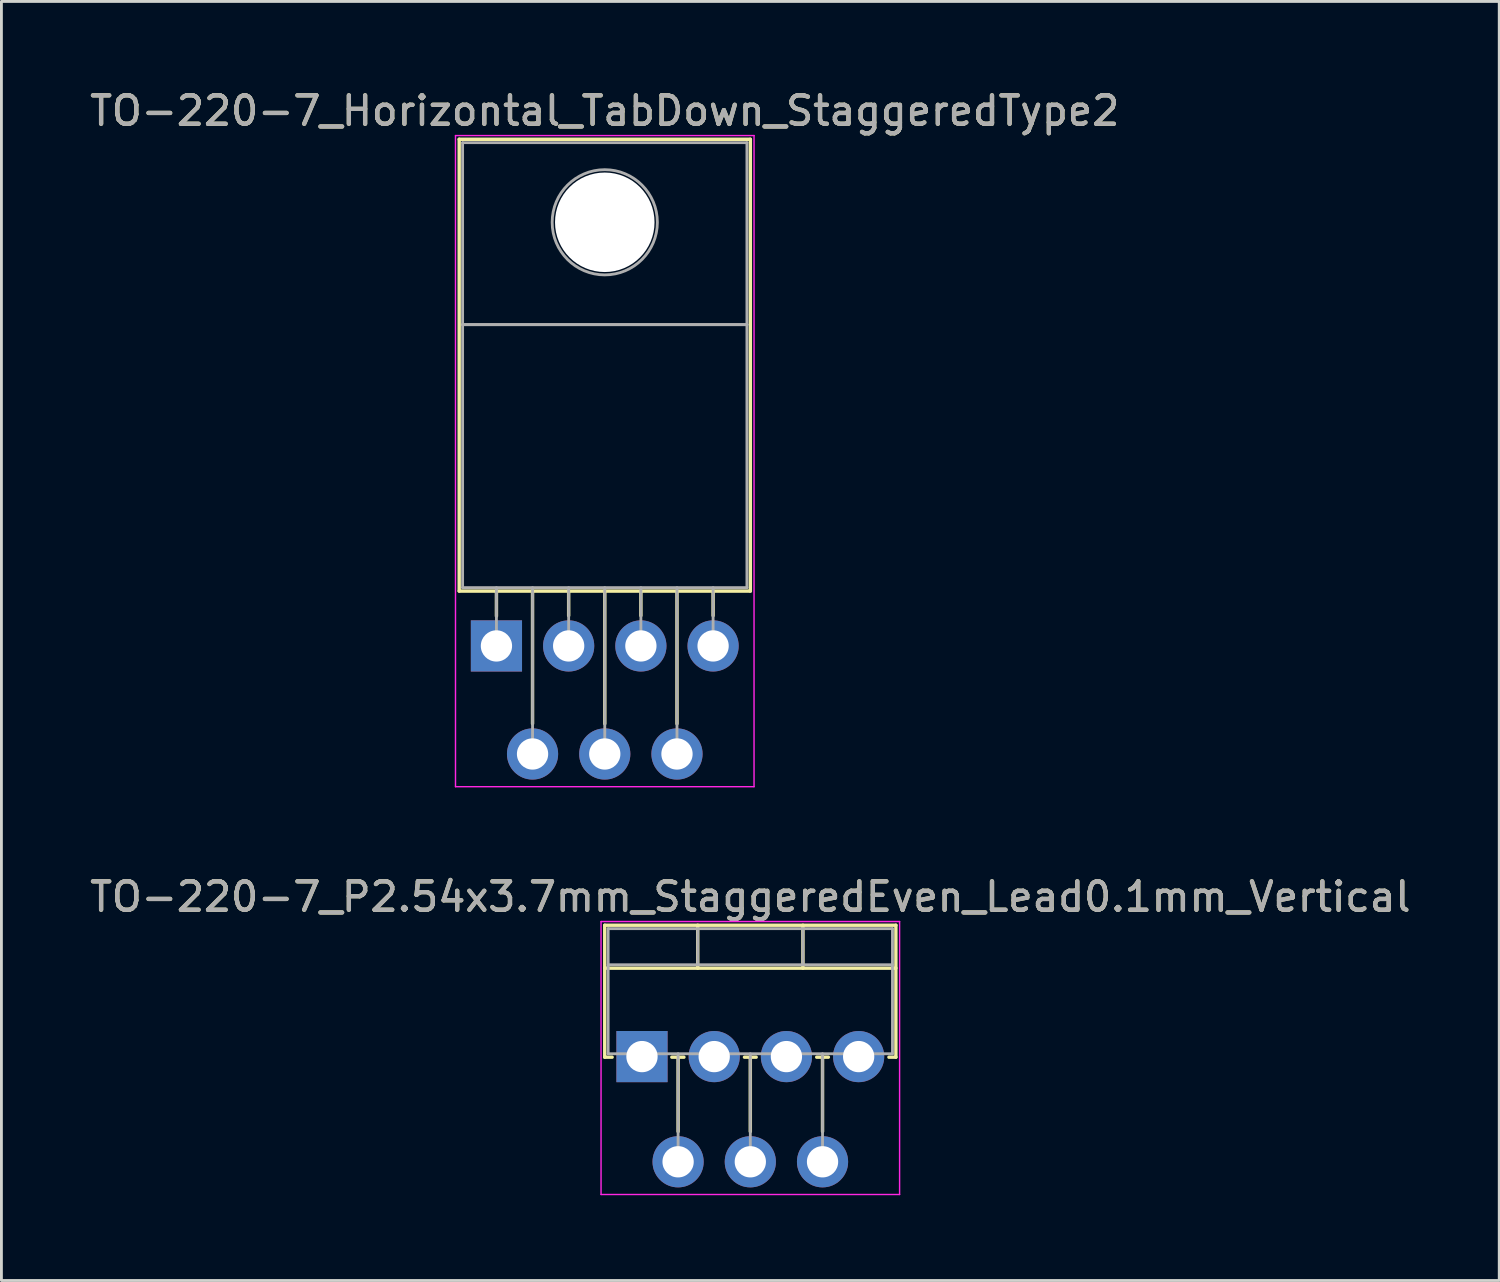
<source format=kicad_pcb>
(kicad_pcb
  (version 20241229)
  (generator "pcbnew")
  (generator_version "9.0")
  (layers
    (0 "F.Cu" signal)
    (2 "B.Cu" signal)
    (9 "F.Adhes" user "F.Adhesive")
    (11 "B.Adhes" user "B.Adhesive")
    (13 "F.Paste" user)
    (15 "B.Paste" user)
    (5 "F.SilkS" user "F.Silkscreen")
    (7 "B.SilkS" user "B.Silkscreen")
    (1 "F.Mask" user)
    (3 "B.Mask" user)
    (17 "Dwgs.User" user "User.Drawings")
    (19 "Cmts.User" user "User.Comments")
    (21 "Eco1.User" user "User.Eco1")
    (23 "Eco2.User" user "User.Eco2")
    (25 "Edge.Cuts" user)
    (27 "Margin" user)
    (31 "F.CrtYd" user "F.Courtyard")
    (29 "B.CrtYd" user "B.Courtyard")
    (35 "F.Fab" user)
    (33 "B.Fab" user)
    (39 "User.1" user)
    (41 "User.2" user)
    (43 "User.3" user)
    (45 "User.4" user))
  (footprint "TO-220-7_Horizontal_TabDown_StaggeredType2"
    (layer "F.Cu")
    (at 14.41 19.668)
    (property "Reference" "TO-220-7_Horizontal_TabDown_StaggeredType2" (at 3.81 -18.82 0) (layer "F.SilkS") (effects (font (size 1 1) (thickness 0.15))))
    (attr through_hole)
    (fp_line (start -1.31 -17.82) (end -1.31 -1.93) (stroke (width 0.12) (type solid)) (layer "F.SilkS"))
    (fp_line (start -1.31 -17.82) (end 8.93 -17.82) (stroke (width 0.12) (type solid)) (layer "F.SilkS"))
    (fp_line (start -1.31 -1.93) (end 8.93 -1.93) (stroke (width 0.12) (type solid)) (layer "F.SilkS"))
    (fp_line (start 0 -1.93) (end 0 -1.05) (stroke (width 0.12) (type solid)) (layer "F.SilkS"))
    (fp_line (start 1.27 -1.93) (end 1.27 2.735) (stroke (width 0.12) (type solid)) (layer "F.SilkS"))
    (fp_line (start 2.54 -1.93) (end 2.54 -1.066) (stroke (width 0.12) (type solid)) (layer "F.SilkS"))
    (fp_line (start 3.81 -1.93) (end 3.81 2.735) (stroke (width 0.12) (type solid)) (layer "F.SilkS"))
    (fp_line (start 5.08 -1.93) (end 5.08 -1.066) (stroke (width 0.12) (type solid)) (layer "F.SilkS"))
    (fp_line (start 6.35 -1.93) (end 6.35 2.735) (stroke (width 0.12) (type solid)) (layer "F.SilkS"))
    (fp_line (start 7.62 -1.93) (end 7.62 -1.066) (stroke (width 0.12) (type solid)) (layer "F.SilkS"))
    (fp_line (start 8.93 -17.82) (end 8.93 -1.93) (stroke (width 0.12) (type solid)) (layer "F.SilkS"))
    (fp_line (start -1.44 -17.95) (end -1.44 4.95) (stroke (width 0.05) (type solid)) (layer "F.CrtYd"))
    (fp_line (start -1.44 4.95) (end 9.06 4.95) (stroke (width 0.05) (type solid)) (layer "F.CrtYd"))
    (fp_line (start 9.06 -17.95) (end -1.44 -17.95) (stroke (width 0.05) (type solid)) (layer "F.CrtYd"))
    (fp_line (start 9.06 4.95) (end 9.06 -17.95) (stroke (width 0.05) (type solid)) (layer "F.CrtYd"))
    (fp_line (start -1.19 -17.7) (end 8.81 -17.7) (stroke (width 0.1) (type solid)) (layer "F.Fab"))
    (fp_line (start -1.19 -11.3) (end -1.19 -17.7) (stroke (width 0.1) (type solid)) (layer "F.Fab"))
    (fp_line (start -1.19 -11.3) (end 8.81 -11.3) (stroke (width 0.1) (type solid)) (layer "F.Fab"))
    (fp_line (start -1.19 -2.05) (end -1.19 -11.3) (stroke (width 0.1) (type solid)) (layer "F.Fab"))
    (fp_line (start 0 -2.05) (end 0 0) (stroke (width 0.1) (type solid)) (layer "F.Fab"))
    (fp_line (start 1.27 -2.05) (end 1.27 3.8) (stroke (width 0.1) (type solid)) (layer "F.Fab"))
    (fp_line (start 2.54 -2.05) (end 2.54 0) (stroke (width 0.1) (type solid)) (layer "F.Fab"))
    (fp_line (start 3.81 -2.05) (end 3.81 3.8) (stroke (width 0.1) (type solid)) (layer "F.Fab"))
    (fp_line (start 5.08 -2.05) (end 5.08 0) (stroke (width 0.1) (type solid)) (layer "F.Fab"))
    (fp_line (start 6.35 -2.05) (end 6.35 3.8) (stroke (width 0.1) (type solid)) (layer "F.Fab"))
    (fp_line (start 7.62 -2.05) (end 7.62 0) (stroke (width 0.1) (type solid)) (layer "F.Fab"))
    (fp_line (start 8.81 -17.7) (end 8.81 -11.3) (stroke (width 0.1) (type solid)) (layer "F.Fab"))
    (fp_line (start 8.81 -11.3) (end -1.19 -11.3) (stroke (width 0.1) (type solid)) (layer "F.Fab"))
    (fp_line (start 8.81 -11.3) (end 8.81 -2.05) (stroke (width 0.1) (type solid)) (layer "F.Fab"))
    (fp_line (start 8.81 -2.05) (end -1.19 -2.05) (stroke (width 0.1) (type solid)) (layer "F.Fab"))
    (fp_circle (center 3.81 -14.9) (end 5.66 -14.9) (stroke (width 0.1) (type solid)) (fill no) (layer "F.Fab"))
    (fp_text user "${REFERENCE}" (at 3.81 -18.82 0) (layer "F.Fab") (effects (font (size 1 1) (thickness 0.15))))
    (pad "" np_thru_hole oval (at 3.81 -14.9) (size 3.5 3.5) (drill 3.5) (layers "*.Cu" "*.Mask"))
    (pad "1" thru_hole rect (at 0 0) (size 1.8 1.8) (drill 1.1) (layers "*.Cu" "*.Mask"))
    (pad "2" thru_hole oval (at 1.27 3.8) (size 1.8 1.8) (drill 1.1) (layers "*.Cu" "*.Mask"))
    (pad "3" thru_hole oval (at 2.54 0) (size 1.8 1.8) (drill 1.1) (layers "*.Cu" "*.Mask"))
    (pad "4" thru_hole oval (at 3.81 3.8) (size 1.8 1.8) (drill 1.1) (layers "*.Cu" "*.Mask"))
    (pad "5" thru_hole oval (at 5.08 0) (size 1.8 1.8) (drill 1.1) (layers "*.Cu" "*.Mask"))
    (pad "6" thru_hole oval (at 6.35 3.8) (size 1.8 1.8) (drill 1.1) (layers "*.Cu" "*.Mask"))
    (pad "7" thru_hole oval (at 7.62 0) (size 1.8 1.8) (drill 1.1) (layers "*.Cu" "*.Mask")))
  (footprint "TO-220-7_P2.54x3.7mm_StaggeredEven_Lead0.1mm_Vertical"
    (layer "F.Cu")
    (at 19.529 34.111)
    (property "Reference" "TO-220-7_P2.54x3.7mm_StaggeredEven_Lead0.1mm_Vertical" (at 3.81 -5.62 0) (layer "F.SilkS") (effects (font (size 1 1) (thickness 0.15))))
    (attr through_hole)
    (fp_line (start -1.31 -4.62) (end -1.31 0.021) (stroke (width 0.12) (type solid)) (layer "F.SilkS"))
    (fp_line (start -1.31 -4.62) (end 8.93 -4.62) (stroke (width 0.12) (type solid)) (layer "F.SilkS"))
    (fp_line (start -1.31 -3.111) (end 8.93 -3.111) (stroke (width 0.12) (type solid)) (layer "F.SilkS"))
    (fp_line (start -1.31 0.021) (end -1.05 0.021) (stroke (width 0.12) (type solid)) (layer "F.SilkS"))
    (fp_line (start 1.05 0.021) (end 1.475 0.021) (stroke (width 0.12) (type solid)) (layer "F.SilkS"))
    (fp_line (start 1.27 0.021) (end 1.27 2.635) (stroke (width 0.12) (type solid)) (layer "F.SilkS"))
    (fp_line (start 1.96 -4.62) (end 1.96 -3.111) (stroke (width 0.12) (type solid)) (layer "F.SilkS"))
    (fp_line (start 3.605 0.021) (end 4.016 0.021) (stroke (width 0.12) (type solid)) (layer "F.SilkS"))
    (fp_line (start 3.81 0.021) (end 3.81 2.635) (stroke (width 0.12) (type solid)) (layer "F.SilkS"))
    (fp_line (start 5.66 -4.62) (end 5.66 -3.111) (stroke (width 0.12) (type solid)) (layer "F.SilkS"))
    (fp_line (start 6.145 0.021) (end 6.555 0.021) (stroke (width 0.12) (type solid)) (layer "F.SilkS"))
    (fp_line (start 6.35 0.021) (end 6.35 2.635) (stroke (width 0.12) (type solid)) (layer "F.SilkS"))
    (fp_line (start 8.685 0.021) (end 8.93 0.021) (stroke (width 0.12) (type solid)) (layer "F.SilkS"))
    (fp_line (start 8.93 -4.62) (end 8.93 0.021) (stroke (width 0.12) (type solid)) (layer "F.SilkS"))
    (fp_line (start -1.44 -4.75) (end -1.44 4.85) (stroke (width 0.05) (type solid)) (layer "F.CrtYd"))
    (fp_line (start -1.44 4.85) (end 9.06 4.85) (stroke (width 0.05) (type solid)) (layer "F.CrtYd"))
    (fp_line (start 9.06 -4.75) (end -1.44 -4.75) (stroke (width 0.05) (type solid)) (layer "F.CrtYd"))
    (fp_line (start 9.06 4.85) (end 9.06 -4.75) (stroke (width 0.05) (type solid)) (layer "F.CrtYd"))
    (fp_line (start -1.19 -4.5) (end -1.19 -0.1) (stroke (width 0.1) (type solid)) (layer "F.Fab"))
    (fp_line (start -1.19 -3.23) (end 8.81 -3.23) (stroke (width 0.1) (type solid)) (layer "F.Fab"))
    (fp_line (start -1.19 -0.1) (end 8.81 -0.1) (stroke (width 0.1) (type solid)) (layer "F.Fab"))
    (fp_line (start 0 -0.1) (end 0 0) (stroke (width 0.1) (type solid)) (layer "F.Fab"))
    (fp_line (start 1.27 -0.1) (end 1.27 3.7) (stroke (width 0.1) (type solid)) (layer "F.Fab"))
    (fp_line (start 1.96 -4.5) (end 1.96 -3.23) (stroke (width 0.1) (type solid)) (layer "F.Fab"))
    (fp_line (start 2.54 -0.1) (end 2.54 0) (stroke (width 0.1) (type solid)) (layer "F.Fab"))
    (fp_line (start 3.81 -0.1) (end 3.81 3.7) (stroke (width 0.1) (type solid)) (layer "F.Fab"))
    (fp_line (start 5.08 -0.1) (end 5.08 0) (stroke (width 0.1) (type solid)) (layer "F.Fab"))
    (fp_line (start 5.66 -4.5) (end 5.66 -3.23) (stroke (width 0.1) (type solid)) (layer "F.Fab"))
    (fp_line (start 6.35 -0.1) (end 6.35 3.7) (stroke (width 0.1) (type solid)) (layer "F.Fab"))
    (fp_line (start 7.62 -0.1) (end 7.62 0) (stroke (width 0.1) (type solid)) (layer "F.Fab"))
    (fp_line (start 8.81 -4.5) (end -1.19 -4.5) (stroke (width 0.1) (type solid)) (layer "F.Fab"))
    (fp_line (start 8.81 -0.1) (end 8.81 -4.5) (stroke (width 0.1) (type solid)) (layer "F.Fab"))
    (fp_text user "${REFERENCE}" (at 3.81 -5.62 0) (layer "F.Fab") (effects (font (size 1 1) (thickness 0.15))))
    (pad "1" thru_hole rect (at 0 0) (size 1.8 1.8) (drill 1.1) (layers "*.Cu" "*.Mask"))
    (pad "2" thru_hole oval (at 1.27 3.7) (size 1.8 1.8) (drill 1.1) (layers "*.Cu" "*.Mask"))
    (pad "3" thru_hole oval (at 2.54 0) (size 1.8 1.8) (drill 1.1) (layers "*.Cu" "*.Mask"))
    (pad "4" thru_hole oval (at 3.81 3.7) (size 1.8 1.8) (drill 1.1) (layers "*.Cu" "*.Mask"))
    (pad "5" thru_hole oval (at 5.08 0) (size 1.8 1.8) (drill 1.1) (layers "*.Cu" "*.Mask"))
    (pad "6" thru_hole oval (at 6.35 3.7) (size 1.8 1.8) (drill 1.1) (layers "*.Cu" "*.Mask"))
    (pad "7" thru_hole oval (at 7.62 0) (size 1.8 1.8) (drill 1.1) (layers "*.Cu" "*.Mask")))
  (gr_rect
    (start -3 -3)
    (end 49.679 41.986)
    (stroke (width 0.1) (type default))
    (fill no)
    (layer "Edge.Cuts")))
</source>
